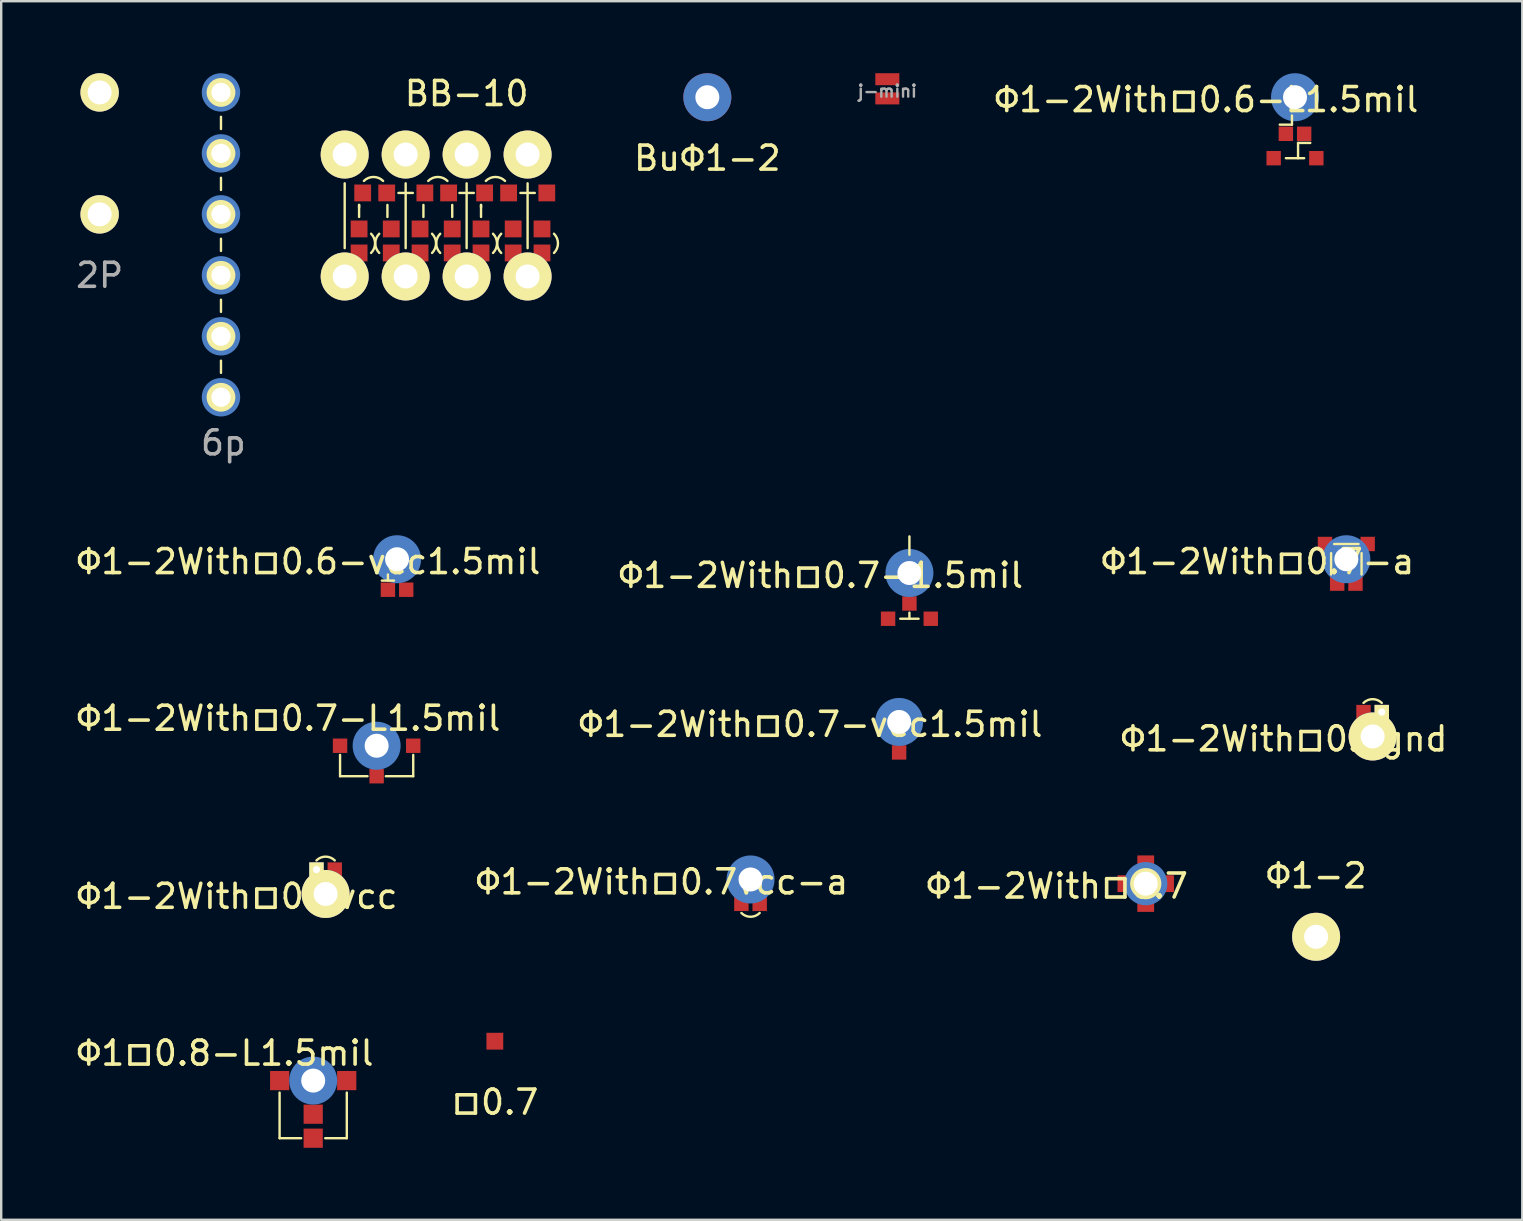
<source format=kicad_pcb>
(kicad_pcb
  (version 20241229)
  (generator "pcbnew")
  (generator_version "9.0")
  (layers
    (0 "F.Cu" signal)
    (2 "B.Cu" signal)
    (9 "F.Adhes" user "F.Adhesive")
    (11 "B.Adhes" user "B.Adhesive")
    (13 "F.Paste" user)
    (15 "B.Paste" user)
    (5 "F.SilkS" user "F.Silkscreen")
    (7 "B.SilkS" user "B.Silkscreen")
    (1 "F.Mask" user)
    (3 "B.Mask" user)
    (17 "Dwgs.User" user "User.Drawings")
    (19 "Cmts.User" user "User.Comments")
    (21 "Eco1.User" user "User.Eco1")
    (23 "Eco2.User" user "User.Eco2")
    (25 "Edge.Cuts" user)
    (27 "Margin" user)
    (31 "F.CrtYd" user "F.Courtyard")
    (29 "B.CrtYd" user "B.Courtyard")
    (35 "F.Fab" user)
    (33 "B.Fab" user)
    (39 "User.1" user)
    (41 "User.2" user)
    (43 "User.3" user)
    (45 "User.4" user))
  (footprint "Φ1-2With□0.7"
    (layer "F.Cu")
    (at 44.682 33.764)
    (property "Reference" "Φ1-2With□0.7" (at -3.7 0.1 0) (layer "F.SilkS") (effects (font (size 1 1) (thickness 0.15))))
    (attr through_hole)
    (pad "1" thru_hole circle (at 0 0) (size 1.3 1.3) (drill 1) (layers "*.Cu" "*.Mask" "F.SilkS"))
    (pad "2" smd circle (at 0 0) (size 1.8 1.8) (layers "F.Mask" "B.Cu" "F.Paste"))
    (pad "3" smd rect (at -0.826 0) (size 0.7 0.7) (layers "F.Cu" "F.Mask" "F.Paste"))
    (pad "3" smd rect (at 0 -0.826) (size 0.7 0.7) (layers "F.Cu" "F.Mask" "F.Paste"))
    (pad "3" smd rect (at 0 0.826) (size 0.7 0.7) (layers "F.Cu" "F.Mask" "F.Paste"))
    (pad "3" smd rect (at 0.826 0) (size 0.7 0.7) (layers "F.Cu" "F.Mask" "F.Paste")))
  (footprint "Φ1-2With□0.7vcc"
    (layer "F.Cu")
    (at 10.515 34.193)
    (property "Reference" "Φ1-2With□0.7vcc" (at -3.7 0.1 0) (layer "F.SilkS") (effects (font (size 1 1) (thickness 0.15))))
    (attr through_hole)
    (fp_arc (start -0.381 -1.397) (mid 0 -1.554815) (end 0.381 -1.397) (stroke (width 0.1) (type solid)) (layer "F.SilkS"))
    (pad "2" thru_hole rect (at -0.381 -1.016) (size 0.6 0.6) (drill 0.3) (layers "*.Cu" "*.Mask" "F.SilkS"))
    (pad "2" thru_hole circle (at 0 0) (size 2 2) (drill 1) (layers "*.Mask" "B.Cu" "F.SilkS"))
    (pad "3" smd rect (at 0.381 -1.016) (size 0.6 0.6) (layers "F.Cu" "F.Mask" "F.Paste")))
  (footprint "Φ1-2With□0.7vcc-a"
    (layer "F.Cu")
    (at 28.218 33.589)
    (property "Reference" "Φ1-2With□0.7vcc-a" (at -3.7 0.1 0) (layer "F.SilkS") (effects (font (size 1 1) (thickness 0.15))))
    (attr through_hole)
    (fp_arc (start 0.381 1.397) (mid 0 1.554815) (end -0.381 1.397) (stroke (width 0.1) (type solid)) (layer "F.SilkS"))
    (pad "" np_thru_hole circle (at 0 0) (size 1 1) (drill 1) (layers "*.Cu"))
    (pad "2" smd circle (at 0 0) (size 2 2) (layers "B.Cu" "B.Mask"))
    (pad "3" smd rect (at -0.381 1.016) (size 0.6 0.6) (layers "F.Cu" "F.Mask" "F.Paste"))
    (pad "3" smd rect (at 0.381 1.016) (size 0.6 0.6) (layers "F.Cu" "F.Mask" "F.Paste")))
  (footprint "Φ1-2With□0.7-a"
    (layer "F.Cu")
    (at 53.039 20.248)
    (property "Reference" "Φ1-2With□0.7-a" (at -3.7 0.1 0) (layer "F.SilkS") (effects (font (size 1 1) (thickness 0.15))))
    (attr through_hole)
    (fp_line (start -0.635 -0.254) (end -0.635 0.635) (stroke (width 0.1) (type solid)) (layer "F.SilkS"))
    (fp_line (start 0.508 -0.635) (end -0.508 -0.635) (stroke (width 0.1) (type solid)) (layer "F.SilkS"))
    (fp_line (start 0.635 -0.254) (end 0.635 0.635) (stroke (width 0.1) (type solid)) (layer "F.SilkS"))
    (pad "" np_thru_hole circle (at 0 0) (size 2 2) (drill 1) (layers "B.Cu" "B.Mask"))
    (pad "3" smd rect (at -0.889 -0.635) (size 0.6 0.6) (layers "F.Cu" "F.Mask"))
    (pad "3" smd rect (at -0.381 1.016) (size 0.6 0.6) (layers "F.Cu" "F.Mask" "F.Paste"))
    (pad "3" smd rect (at 0.381 1.016) (size 0.6 0.6) (layers "F.Cu" "F.Mask" "F.Paste"))
    (pad "3" smd rect (at 0.889 -0.635) (size 0.6 0.6) (layers "F.Cu" "F.Mask" "F.Paste")))
  (footprint "Φ1-2With□0.6-vcc1.5mil"
    (layer "F.Cu")
    (at 13.492 20.248)
    (property "Reference" "Φ1-2With□0.6-vcc1.5mil" (at -3.7 0.1 0) (layer "F.SilkS") (effects (font (size 1 1) (thickness 0.15))))
    (attr through_hole)
    (fp_line (start -0.635 0.889) (end -0.127 0.889) (stroke (width 0.1) (type solid)) (layer "F.SilkS"))
    (fp_line (start -0.381 0.635) (end -0.381 0.889) (stroke (width 0.1) (type solid)) (layer "F.SilkS"))
    (pad "2" smd circle (at 0 0) (size 2 2) (layers "B.Cu" "B.Mask"))
    (pad "3" smd rect (at -0.381 1.27) (size 0.6 0.6) (layers "F.Cu" "F.Mask"))
    (pad "3" thru_hole circle (at 0 0) (size 1.3 1.3) (drill 1) (layers "*.Cu" "*.Mask"))
    (pad "4" smd rect (at 0.381 1.27) (size 0.6 0.6) (layers "F.Cu" "F.Mask")))
  (footprint "Φ1-2With□0.6-L1.5mil"
    (layer "F.Cu")
    (at 50.901 1)
    (property "Reference" "Φ1-2With□0.6-L1.5mil" (at -3.7 0.1 0) (layer "F.SilkS") (effects (font (size 1 1) (thickness 0.15))))
    (attr through_hole)
    (fp_line (start -0.635 1.143) (end -0.127 1.143) (stroke (width 0.1) (type solid)) (layer "F.SilkS"))
    (fp_line (start -0.381 2.54) (end 0.381 2.54) (stroke (width 0.1) (type solid)) (layer "F.SilkS"))
    (fp_line (start -0.127 1.143) (end -0.127 0.762) (stroke (width 0.1) (type solid)) (layer "F.SilkS"))
    (fp_line (start 0.127 1.905) (end 0.635 1.905) (stroke (width 0.1) (type solid)) (layer "F.SilkS"))
    (fp_line (start 0.127 2.54) (end 0.127 1.905) (stroke (width 0.1) (type solid)) (layer "F.SilkS"))
    (pad "2" smd circle (at 0 0) (size 2 2) (layers "B.Cu" "B.Mask"))
    (pad "3" smd rect (at -0.889 2.54) (size 0.6 0.6) (layers "F.Cu" "F.Mask"))
    (pad "3" thru_hole circle (at 0 0) (size 1.3 1.3) (drill 1) (layers "*.Cu" "*.Mask"))
    (pad "3" smd rect (at 0.381 1.524) (size 0.6 0.6) (layers "F.Cu" "F.Mask"))
    (pad "3" smd rect (at 0.889 2.54) (size 0.6 0.6) (layers "F.Cu" "F.Mask" "F.Paste"))
    (pad "4" smd rect (at -0.381 1.524) (size 0.6 0.6) (layers "F.Cu" "F.Mask")))
  (footprint "BuΦ1-2"
    (layer "F.Cu")
    (at 26.418 1)
    (property "Reference" "BuΦ1-2" (at 0 2.54 0) (layer "F.SilkS") (effects (font (size 1 1) (thickness 0.15))))
    (attr through_hole)
    (pad "1" thru_hole circle (at 0 0) (size 2 2) (drill 1) (layers "B.Cu" "B.Mask")))
  (footprint "Φ1-2With□0.7gnd"
    (layer "F.Cu")
    (at 54.135 27.632)
    (property "Reference" "Φ1-2With□0.7gnd" (at -3.7 0.1 0) (layer "F.SilkS") (effects (font (size 1 1) (thickness 0.15))))
    (attr through_hole)
    (fp_arc (start -0.381 -1.397) (mid 0 -1.554815) (end 0.381 -1.397) (stroke (width 0.1) (type solid)) (layer "F.SilkS"))
    (pad "2" thru_hole circle (at 0 0) (size 2 2) (drill 1) (layers "*.Mask" "B.Cu" "F.SilkS"))
    (pad "2" thru_hole rect (at 0.381 -1.016) (size 0.6 0.6) (drill 0.3) (layers "*.Cu" "*.Mask" "F.SilkS"))
    (pad "3" smd rect (at -0.381 -1.016) (size 0.6 0.6) (layers "F.Cu" "F.Mask" "F.Paste")))
  (footprint "Φ1-2"
    (layer "F.Cu")
    (at 51.78 35.977)
    (property "Reference" "Φ1-2" (at 0 -2.54 0) (layer "F.SilkS") (effects (font (size 1 1) (thickness 0.15))))
    (attr through_hole)
    (pad "1" thru_hole circle (at 0 0) (size 2 2) (drill 1) (layers "*.Cu" "*.Mask" "F.SilkS")))
  (footprint "Φ1□0.8-L1.5mil"
    (layer "F.Cu")
    (at 9.998 41.968)
    (property "Reference" "Φ1□0.8-L1.5mil" (at -3.683 -1.143 0) (layer "F.SilkS") (effects (font (size 1 1) (thickness 0.15))))
    (attr through_hole)
    (fp_line (start -1.4 0.5) (end -1.4 2.4) (stroke (width 0.1) (type solid)) (layer "F.SilkS"))
    (fp_line (start -1.4 2.4) (end -0.5 2.4) (stroke (width 0.1) (type solid)) (layer "F.SilkS"))
    (fp_line (start 0.5 2.4) (end 1.4 2.4) (stroke (width 0.1) (type solid)) (layer "F.SilkS"))
    (fp_line (start 1.4 2.4) (end 1.4 0.5) (stroke (width 0.1) (type solid)) (layer "F.SilkS"))
    (pad "2" smd circle (at 0 0) (size 2 2) (layers "B.Cu" "B.Mask"))
    (pad "3" smd rect (at -1.397 0) (size 0.8 0.8) (layers "F.Cu" "F.Mask"))
    (pad "3" thru_hole circle (at 0 0) (size 1.3 1.3) (drill 1) (layers "*.Cu" "*.Mask"))
    (pad "3" smd rect (at 0 1.4) (size 0.8 0.8) (layers "F.Cu" "F.Mask"))
    (pad "3" smd rect (at 0 2.4) (size 0.8 0.8) (layers "F.Cu" "F.Mask"))
    (pad "3" smd rect (at 1.397 0) (size 0.8 0.8) (layers "F.Cu" "F.Mask" "F.Paste")))
  (footprint "Φ1-2With□0.7-L1.5mil"
    (layer "F.Cu")
    (at 12.641 28.018)
    (property "Reference" "Φ1-2With□0.7-L1.5mil" (at -3.683 -1.143 0) (layer "F.SilkS") (effects (font (size 1 1) (thickness 0.15))))
    (attr through_hole)
    (fp_line (start -1.524 0.381) (end -1.524 1.27) (stroke (width 0.1) (type solid)) (layer "F.SilkS"))
    (fp_line (start -1.524 1.27) (end -0.381 1.27) (stroke (width 0.1) (type solid)) (layer "F.SilkS"))
    (fp_line (start 0.381 1.27) (end 1.524 1.27) (stroke (width 0.1) (type solid)) (layer "F.SilkS"))
    (fp_line (start 1.524 1.27) (end 1.524 0.381) (stroke (width 0.1) (type solid)) (layer "F.SilkS"))
    (pad "2" smd circle (at 0 0) (size 2 2) (layers "B.Cu" "B.Mask"))
    (pad "3" smd rect (at -1.524 0) (size 0.6 0.6) (layers "F.Cu" "F.Mask"))
    (pad "3" thru_hole circle (at 0 0) (size 1.3 1.3) (drill 1) (layers "*.Cu" "*.Mask"))
    (pad "3" smd rect (at 0 1.27) (size 0.6 0.6) (layers "F.Cu" "F.Mask"))
    (pad "3" smd rect (at 1.524 0) (size 0.6 0.6) (layers "F.Cu" "F.Mask" "F.Paste"))
    (pad "4" smd rect (at 0 0.699) (size 0.6 0.25) (layers "F.Cu" "F.Mask")))
  (footprint "□0.7"
    (layer "F.Cu")
    (at 17.565 40.327)
    (property "Reference" "□0.7" (at 0 2.54 0) (layer "F.SilkS") (effects (font (size 1 1) (thickness 0.15))))
    (attr through_hole)
    (pad "1" smd rect (at 0 0) (size 0.7 0.7) (layers "F.Cu" "F.Mask" "F.Paste")))
  (footprint "6p"
    (placed yes)
    (layer "F.Cu")
    (at 6.156 13.5)
    (property "Reference" "6p" (at 0.1 1.9 0) (layer "F.Fab") (effects (font (size 1 1) (thickness 0.15))))
    (attr through_hole)
    (fp_line (start 0 -11.684) (end 0 -11.176) (stroke (width 0.1) (type solid)) (layer "F.SilkS"))
    (fp_line (start 0 -9.144) (end 0 -8.636) (stroke (width 0.1) (type solid)) (layer "F.SilkS"))
    (fp_line (start 0 -6.604) (end 0 -6.096) (stroke (width 0.1) (type solid)) (layer "F.SilkS"))
    (fp_line (start 0 -4.064) (end 0 -3.556) (stroke (width 0.1) (type solid)) (layer "F.SilkS"))
    (fp_line (start 0 -1.524) (end 0 -1.016) (stroke (width 0.1) (type solid)) (layer "F.SilkS"))
    (pad "1" thru_hole circle (at 0 0) (size 1.2 1.2) (drill 0.8) (layers "*.Cu" "*.Mask" "F.SilkS"))
    (pad "1" smd circle (at 0 0) (size 1.6 1.6) (layers "B.Cu" "B.Mask"))
    (pad "2" thru_hole circle (at 0 -2.54) (size 1.2 1.2) (drill 0.8) (layers "*.Cu" "*.Mask" "F.SilkS"))
    (pad "2" smd circle (at 0 -2.54) (size 1.6 1.6) (layers "B.Cu" "B.Mask"))
    (pad "3" thru_hole circle (at 0 -5.08) (size 1.2 1.2) (drill 0.8) (layers "*.Cu" "*.Mask" "F.SilkS"))
    (pad "3" smd circle (at 0 -5.08) (size 1.6 1.6) (layers "B.Cu" "B.Mask"))
    (pad "4" thru_hole circle (at 0 -7.62) (size 1.2 1.2) (drill 0.8) (layers "*.Cu" "*.Mask" "F.SilkS"))
    (pad "4" smd circle (at 0 -7.62) (size 1.6 1.6) (layers "B.Cu" "B.Mask"))
    (pad "5" thru_hole circle (at 0 -10.16) (size 1.2 1.2) (drill 0.8) (layers "*.Cu" "*.Mask" "F.SilkS"))
    (pad "5" smd circle (at 0 -10.16) (size 1.6 1.6) (layers "B.Cu" "B.Mask"))
    (pad "6" thru_hole circle (at 0 -12.7) (size 1.2 1.2) (drill 0.8) (layers "*.Cu" "*.Mask" "F.SilkS"))
    (pad "6" smd circle (at 0 -12.7) (size 1.6 1.6) (layers "B.Cu" "B.Mask")))
  (footprint "Φ1-2With□0.7-vcc1.5mil"
    (layer "F.Cu")
    (at 34.408 27.027)
    (property "Reference" "Φ1-2With□0.7-vcc1.5mil" (at -3.7 0.1 0) (layer "F.SilkS") (effects (font (size 1 1) (thickness 0.15))))
    (attr through_hole)
    (pad "2" smd circle (at 0 0) (size 2 2) (layers "B.Cu" "B.Mask"))
    (pad "3" thru_hole circle (at 0 0) (size 1.3 1.3) (drill 1) (layers "*.Cu" "*.Mask"))
    (pad "3" smd rect (at 0 1.27) (size 0.6 0.6) (layers "F.Cu" "F.Mask"))
    (pad "4" smd rect (at 0 0.699) (size 0.6 0.25) (layers "F.Cu" "F.Mask")))
  (footprint "j-mini"
    (placed yes)
    (layer "F.Cu")
    (at 33.917 0.65)
    (property "Reference" "j-mini" (at 0 0.1 0) (layer "F.Fab") (effects (font (size 0.5 0.5) (thickness 0.1))))
    (attr through_hole)
    (pad "1" smd rect (at 0 -0.4) (size 1 0.5) (layers "F.Cu" "F.Mask" "F.Paste"))
    (pad "2" smd rect (at 0 0.4) (size 1 0.5) (layers "F.Cu" "F.Mask" "F.Paste")))
  (footprint "2P"
    (layer "F.Cu")
    (at 1.101 5.88)
    (property "Reference" "2P" (at 0 2.54 0) (layer "F.Fab") (effects (font (size 1 1) (thickness 0.15))))
    (attr through_hole)
    (pad "1" thru_hole circle (at 0 0) (size 1.6 1.6) (drill 1) (layers "*.Cu" "*.Mask" "F.SilkS"))
    (pad "2" thru_hole circle (at 0 -5.08) (size 1.6 1.6) (drill 1) (layers "*.Cu" "*.Mask" "F.SilkS")))
  (footprint "BB-10"
    (layer "F.Cu")
    (at 16.39 3.388)
    (property "Reference" "BB-10" (at 0 -2.54 0) (layer "F.SilkS") (effects (font (size 1 1) (thickness 0.15))))
    (attr through_hole)
    (fp_line (start -5.08 3.9) (end -5.08 1.2) (stroke (width 0.1) (type solid)) (layer "F.SilkS"))
    (fp_line (start -4.48 2.1) (end -4.48 2.2) (stroke (width 0.1) (type solid)) (layer "F.SilkS"))
    (fp_line (start -4.48 2.6) (end -4.48 2.1) (stroke (width 0.1) (type solid)) (layer "F.SilkS"))
    (fp_line (start -3.3 2.6) (end -3.3 2.1) (stroke (width 0.1) (type solid)) (layer "F.SilkS"))
    (fp_line (start -2.84 1.6) (end -2.24 1.6) (stroke (width 0.1) (type solid)) (layer "F.SilkS"))
    (fp_line (start -2.54 3.9) (end -2.54 1.2) (stroke (width 0.1) (type solid)) (layer "F.SilkS"))
    (fp_line (start -1.8 2.6) (end -1.8 2.1) (stroke (width 0.1) (type solid)) (layer "F.SilkS"))
    (fp_line (start -0.6 2.6) (end -0.6 2.1) (stroke (width 0.1) (type solid)) (layer "F.SilkS"))
    (fp_line (start -0.3 1.6) (end 0.3 1.6) (stroke (width 0.1) (type solid)) (layer "F.SilkS"))
    (fp_line (start 0 3.9) (end 0 1.2) (stroke (width 0.1) (type solid)) (layer "F.SilkS"))
    (fp_line (start 0.6 2.1) (end 0.6 2.2) (stroke (width 0.1) (type solid)) (layer "F.SilkS"))
    (fp_line (start 0.6 2.6) (end 0.6 2.1) (stroke (width 0.1) (type solid)) (layer "F.SilkS"))
    (fp_line (start 2.24 1.6) (end 2.84 1.6) (stroke (width 0.1) (type solid)) (layer "F.SilkS"))
    (fp_line (start 2.54 3.9) (end 2.54 1.2) (stroke (width 0.1) (type solid)) (layer "F.SilkS"))
    (fp_arc (start -4.28 1.1) (mid -3.88 0.934315) (end -3.48 1.1) (stroke (width 0.1) (type solid)) (layer "F.SilkS"))
    (fp_arc (start -3.98 3.3) (mid -3.814315 3.7) (end -3.98 4.1) (stroke (width 0.1) (type solid)) (layer "F.SilkS"))
    (fp_arc (start -3.64 4.1) (mid -3.805685 3.7) (end -3.64 3.3) (stroke (width 0.1) (type solid)) (layer "F.SilkS"))
    (fp_arc (start -1.6 1.1) (mid -1.2 0.934315) (end -0.8 1.1) (stroke (width 0.1) (type solid)) (layer "F.SilkS"))
    (fp_arc (start -1.44 3.3) (mid -1.274315 3.7) (end -1.44 4.1) (stroke (width 0.1) (type solid)) (layer "F.SilkS"))
    (fp_arc (start -1.1 4.1) (mid -1.265685 3.7) (end -1.1 3.3) (stroke (width 0.1) (type solid)) (layer "F.SilkS"))
    (fp_arc (start 0.8 1.1) (mid 1.2 0.934315) (end 1.6 1.1) (stroke (width 0.1) (type solid)) (layer "F.SilkS"))
    (fp_arc (start 1.1 3.3) (mid 1.265685 3.7) (end 1.1 4.1) (stroke (width 0.1) (type solid)) (layer "F.SilkS"))
    (fp_arc (start 1.44 4.1) (mid 1.274315 3.7) (end 1.44 3.3) (stroke (width 0.1) (type solid)) (layer "F.SilkS"))
    (fp_arc (start 3.64 3.3) (mid 3.805685 3.7) (end 3.64 4.1) (stroke (width 0.1) (type solid)) (layer "F.SilkS"))
    (pad "1" thru_hole circle (at -5.08 0) (size 2 2) (drill 1) (layers "*.Cu" "*.Mask" "F.SilkS"))
    (pad "1" thru_hole circle (at -2.54 0) (size 2 2) (drill 1) (layers "*.Cu" "*.Mask" "F.SilkS"))
    (pad "1" thru_hole circle (at 0 0) (size 2 2) (drill 1) (layers "*.Cu" "*.Mask" "F.SilkS"))
    (pad "1" thru_hole circle (at 2.54 0) (size 2 2) (drill 1) (layers "*.Cu" "*.Mask" "F.SilkS"))
    (pad "2" thru_hole circle (at -5.08 5.08) (size 2 2) (drill 1) (layers "*.Cu" "*.Mask" "F.SilkS"))
    (pad "2" thru_hole circle (at -2.54 5.08) (size 2 2) (drill 1) (layers "*.Cu" "*.Mask" "F.SilkS"))
    (pad "2" thru_hole circle (at 0 5.08) (size 2 2) (drill 1) (layers "*.Cu" "*.Mask" "F.SilkS"))
    (pad "2" thru_hole circle (at 2.54 5.08) (size 2 2) (drill 1) (layers "*.Cu" "*.Mask" "F.SilkS"))
    (pad "16" smd rect (at -3.33 1.6) (size 0.7 0.7) (layers "F.Cu" "F.Mask" "F.Paste"))
    (pad "16" smd rect (at -3.14 3.1) (size 0.7 0.7) (layers "F.Cu" "F.Mask" "F.Paste"))
    (pad "16" smd rect (at -3.14 4.1) (size 0.7 0.7) (layers "F.Cu" "F.Mask" "F.Paste"))
    (pad "16" smd rect (at -0.75 1.6) (size 0.7 0.7) (layers "F.Cu" "F.Mask" "F.Paste"))
    (pad "16" smd rect (at -0.6 3.1) (size 0.7 0.7) (layers "F.Cu" "F.Mask" "F.Paste"))
    (pad "16" smd rect (at -0.6 4.1) (size 0.7 0.7) (layers "F.Cu" "F.Mask" "F.Paste"))
    (pad "16" smd rect (at 1.75 1.6) (size 0.7 0.7) (layers "F.Cu" "F.Mask" "F.Paste"))
    (pad "16" smd rect (at 1.94 3.1) (size 0.7 0.7) (layers "F.Cu" "F.Mask" "F.Paste"))
    (pad "16" smd rect (at 1.94 4.1) (size 0.7 0.7) (layers "F.Cu" "F.Mask" "F.Paste"))
    (pad "17" smd rect (at -4.48 3.1) (size 0.7 0.7) (layers "F.Cu" "F.Mask" "F.Paste"))
    (pad "17" smd rect (at -4.48 4.1) (size 0.7 0.7) (layers "F.Cu" "F.Mask" "F.Paste"))
    (pad "17" smd rect (at -4.33 1.6) (size 0.7 0.7) (layers "F.Cu" "F.Mask" "F.Paste"))
    (pad "17" smd rect (at -1.94 3.1) (size 0.7 0.7) (layers "F.Cu" "F.Mask" "F.Paste"))
    (pad "17" smd rect (at -1.94 4.1) (size 0.7 0.7) (layers "F.Cu" "F.Mask" "F.Paste"))
    (pad "17" smd rect (at -1.74 1.6) (size 0.7 0.7) (layers "F.Cu" "F.Mask" "F.Paste"))
    (pad "17" smd rect (at 0.6 3.1) (size 0.7 0.7) (layers "F.Cu" "F.Mask" "F.Paste"))
    (pad "17" smd rect (at 0.6 4.1) (size 0.7 0.7) (layers "F.Cu" "F.Mask" "F.Paste"))
    (pad "17" smd rect (at 0.75 1.6) (size 0.7 0.7) (layers "F.Cu" "F.Mask" "F.Paste"))
    (pad "17" smd rect (at 3.14 3.1) (size 0.7 0.7) (layers "F.Cu" "F.Mask" "F.Paste"))
    (pad "17" smd rect (at 3.14 4.1) (size 0.7 0.7) (layers "F.Cu" "F.Mask" "F.Paste"))
    (pad "17" smd rect (at 3.34 1.6) (size 0.7 0.7) (layers "F.Cu" "F.Mask" "F.Paste")))
  (footprint "Φ1-2With□0.7-1.5mil"
    (layer "F.Cu")
    (at 34.837 20.822)
    (property "Reference" "Φ1-2With□0.7-1.5mil" (at -3.7 0.1 0) (layer "F.SilkS") (effects (font (size 1 1) (thickness 0.15))))
    (attr through_hole)
    (fp_line (start -0.381 1.905) (end 0.381 1.905) (stroke (width 0.1) (type solid)) (layer "F.SilkS"))
    (fp_line (start 0 -1.524) (end 0 -0.762) (stroke (width 0.1) (type solid)) (layer "F.SilkS"))
    (fp_line (start 0 1.651) (end 0 1.905) (stroke (width 0.1) (type solid)) (layer "F.SilkS"))
    (pad "2" smd circle (at 0 0) (size 2 2) (layers "B.Cu" "B.Mask"))
    (pad "3" smd rect (at -0.889 1.905) (size 0.6 0.6) (layers "F.Cu" "F.Mask"))
    (pad "3" thru_hole circle (at 0 0) (size 1.3 1.3) (drill 1) (layers "*.Cu" "*.Mask"))
    (pad "3" smd rect (at 0 1.27) (size 0.6 0.6) (layers "F.Cu" "F.Mask"))
    (pad "3" smd rect (at 0.889 1.905) (size 0.6 0.6) (layers "F.Cu" "F.Mask" "F.Paste"))
    (pad "4" smd rect (at 0 0.699) (size 0.6 0.25) (layers "F.Cu" "F.Mask")))
  (gr_rect
    (start -3 -3)
    (end 60.369 47.768)
    (stroke (width 0.1) (type default))
    (fill no)
    (layer "Edge.Cuts")))
</source>
